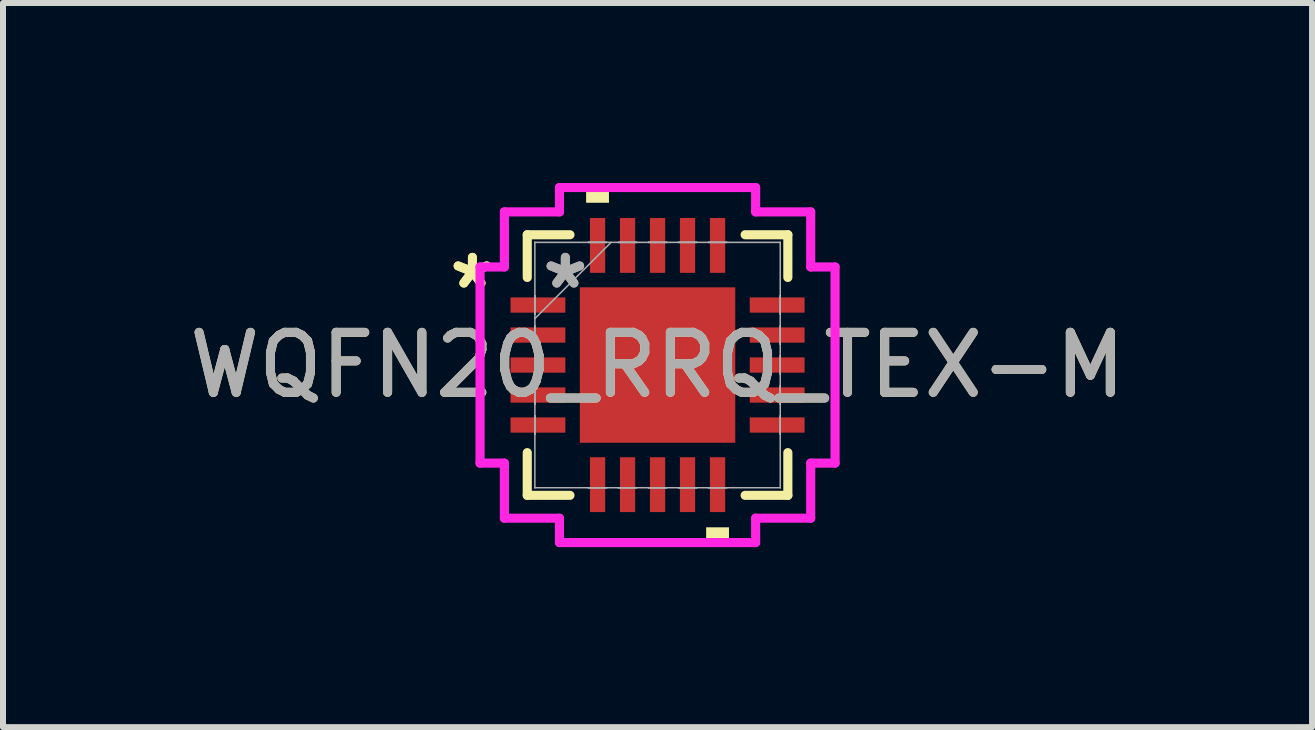
<source format=kicad_pcb>
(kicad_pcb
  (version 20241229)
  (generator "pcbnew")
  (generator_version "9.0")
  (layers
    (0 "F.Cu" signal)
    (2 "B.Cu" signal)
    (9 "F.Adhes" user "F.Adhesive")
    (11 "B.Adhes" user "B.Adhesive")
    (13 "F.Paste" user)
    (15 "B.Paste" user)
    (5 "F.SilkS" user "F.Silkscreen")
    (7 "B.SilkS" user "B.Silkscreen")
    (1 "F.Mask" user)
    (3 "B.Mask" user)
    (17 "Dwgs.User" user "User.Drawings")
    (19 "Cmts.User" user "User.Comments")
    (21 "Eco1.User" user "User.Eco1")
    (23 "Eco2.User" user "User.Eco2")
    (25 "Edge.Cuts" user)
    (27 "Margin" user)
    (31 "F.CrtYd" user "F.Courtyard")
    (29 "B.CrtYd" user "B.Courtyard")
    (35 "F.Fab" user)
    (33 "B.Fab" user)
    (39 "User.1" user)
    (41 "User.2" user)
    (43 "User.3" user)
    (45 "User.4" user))
  (footprint "WQFN20_RRQ_TEX-M"
    (layer "F.Cu")
    (at 7.911 3.035)
    (property "Reference" "WQFN20_RRQ_TEX-M" (at 0 0 0) (unlocked yes) (layer "F.SilkS") (effects (font (size 1 1) (thickness 0.15))))
    (attr smd)
    (fp_line (start -2.172 -2.172) (end -2.172 -1.46) (stroke (width 0.152) (type solid)) (layer "F.SilkS"))
    (fp_line (start -2.172 1.46) (end -2.172 2.172) (stroke (width 0.152) (type solid)) (layer "F.SilkS"))
    (fp_line (start -2.172 2.172) (end -1.46 2.172) (stroke (width 0.152) (type solid)) (layer "F.SilkS"))
    (fp_line (start -1.46 -2.172) (end -2.172 -2.172) (stroke (width 0.152) (type solid)) (layer "F.SilkS"))
    (fp_line (start 1.46 2.172) (end 2.172 2.172) (stroke (width 0.152) (type solid)) (layer "F.SilkS"))
    (fp_line (start 2.172 -2.172) (end 1.46 -2.172) (stroke (width 0.152) (type solid)) (layer "F.SilkS"))
    (fp_line (start 2.172 -1.46) (end 2.172 -2.172) (stroke (width 0.152) (type solid)) (layer "F.SilkS"))
    (fp_line (start 2.172 2.172) (end 2.172 1.46) (stroke (width 0.152) (type solid)) (layer "F.SilkS"))
    (fp_poly (pts (xy -1.191 -2.705) (xy -1.191 -2.959) (xy -0.81 -2.959) (xy -0.81 -2.705)) (stroke (width 0) (type solid)) (fill yes) (layer "F.SilkS"))
    (fp_poly (pts (xy 0.81 2.705) (xy 0.81 2.959) (xy 1.191 2.959) (xy 1.191 2.705)) (stroke (width 0) (type solid)) (fill yes) (layer "F.SilkS"))
    (fp_poly (pts (xy -1.195 -1.195) (xy -1.195 -0.1) (xy -0.1 -0.1) (xy -0.1 -1.195)) (stroke (width 0) (type solid)) (fill yes) (layer "F.Paste"))
    (fp_poly (pts (xy -1.195 0.1) (xy -1.195 1.195) (xy -0.1 1.195) (xy -0.1 0.1)) (stroke (width 0) (type solid)) (fill yes) (layer "F.Paste"))
    (fp_poly (pts (xy 0.1 -1.195) (xy 0.1 -0.1) (xy 1.195 -0.1) (xy 1.195 -1.195)) (stroke (width 0) (type solid)) (fill yes) (layer "F.Paste"))
    (fp_poly (pts (xy 0.1 0.1) (xy 0.1 1.195) (xy 1.195 1.195) (xy 1.195 0.1)) (stroke (width 0) (type solid)) (fill yes) (layer "F.Paste"))
    (fp_line (start -2.959 -1.635) (end -2.553 -1.635) (stroke (width 0.152) (type solid)) (layer "F.CrtYd"))
    (fp_line (start -2.959 1.635) (end -2.959 -1.635) (stroke (width 0.152) (type solid)) (layer "F.CrtYd"))
    (fp_line (start -2.553 -2.553) (end -1.635 -2.553) (stroke (width 0.152) (type solid)) (layer "F.CrtYd"))
    (fp_line (start -2.553 -1.635) (end -2.553 -2.553) (stroke (width 0.152) (type solid)) (layer "F.CrtYd"))
    (fp_line (start -2.553 1.635) (end -2.959 1.635) (stroke (width 0.152) (type solid)) (layer "F.CrtYd"))
    (fp_line (start -2.553 2.553) (end -2.553 1.635) (stroke (width 0.152) (type solid)) (layer "F.CrtYd"))
    (fp_line (start -1.635 -2.959) (end 1.635 -2.959) (stroke (width 0.152) (type solid)) (layer "F.CrtYd"))
    (fp_line (start -1.635 -2.553) (end -1.635 -2.959) (stroke (width 0.152) (type solid)) (layer "F.CrtYd"))
    (fp_line (start -1.635 2.553) (end -2.553 2.553) (stroke (width 0.152) (type solid)) (layer "F.CrtYd"))
    (fp_line (start -1.635 2.959) (end -1.635 2.553) (stroke (width 0.152) (type solid)) (layer "F.CrtYd"))
    (fp_line (start 1.635 -2.959) (end 1.635 -2.553) (stroke (width 0.152) (type solid)) (layer "F.CrtYd"))
    (fp_line (start 1.635 -2.553) (end 2.553 -2.553) (stroke (width 0.152) (type solid)) (layer "F.CrtYd"))
    (fp_line (start 1.635 2.553) (end 1.635 2.959) (stroke (width 0.152) (type solid)) (layer "F.CrtYd"))
    (fp_line (start 1.635 2.959) (end -1.635 2.959) (stroke (width 0.152) (type solid)) (layer "F.CrtYd"))
    (fp_line (start 2.553 -2.553) (end 2.553 -1.635) (stroke (width 0.152) (type solid)) (layer "F.CrtYd"))
    (fp_line (start 2.553 -1.635) (end 2.959 -1.635) (stroke (width 0.152) (type solid)) (layer "F.CrtYd"))
    (fp_line (start 2.553 1.635) (end 2.553 2.553) (stroke (width 0.152) (type solid)) (layer "F.CrtYd"))
    (fp_line (start 2.553 2.553) (end 1.635 2.553) (stroke (width 0.152) (type solid)) (layer "F.CrtYd"))
    (fp_line (start 2.959 -1.635) (end 2.959 1.635) (stroke (width 0.152) (type solid)) (layer "F.CrtYd"))
    (fp_line (start 2.959 1.635) (end 2.553 1.635) (stroke (width 0.152) (type solid)) (layer "F.CrtYd"))
    (fp_line (start -2.045 -2.045) (end -2.045 -2.045) (stroke (width 0.025) (type solid)) (layer "F.Fab"))
    (fp_line (start -2.045 -2.045) (end -2.045 2.045) (stroke (width 0.025) (type solid)) (layer "F.Fab"))
    (fp_line (start -2.045 -1.153) (end -2.045 -1.153) (stroke (width 0.025) (type solid)) (layer "F.Fab"))
    (fp_line (start -2.045 -1.153) (end -2.045 -0.848) (stroke (width 0.025) (type solid)) (layer "F.Fab"))
    (fp_line (start -2.045 -0.848) (end -2.045 -1.153) (stroke (width 0.025) (type solid)) (layer "F.Fab"))
    (fp_line (start -2.045 -0.848) (end -2.045 -0.848) (stroke (width 0.025) (type solid)) (layer "F.Fab"))
    (fp_line (start -2.045 -0.775) (end -0.775 -2.045) (stroke (width 0.025) (type solid)) (layer "F.Fab"))
    (fp_line (start -2.045 -0.653) (end -2.045 -0.653) (stroke (width 0.025) (type solid)) (layer "F.Fab"))
    (fp_line (start -2.045 -0.653) (end -2.045 -0.348) (stroke (width 0.025) (type solid)) (layer "F.Fab"))
    (fp_line (start -2.045 -0.348) (end -2.045 -0.653) (stroke (width 0.025) (type solid)) (layer "F.Fab"))
    (fp_line (start -2.045 -0.348) (end -2.045 -0.348) (stroke (width 0.025) (type solid)) (layer "F.Fab"))
    (fp_line (start -2.045 -0.152) (end -2.045 -0.152) (stroke (width 0.025) (type solid)) (layer "F.Fab"))
    (fp_line (start -2.045 -0.152) (end -2.045 0.152) (stroke (width 0.025) (type solid)) (layer "F.Fab"))
    (fp_line (start -2.045 0.152) (end -2.045 -0.152) (stroke (width 0.025) (type solid)) (layer "F.Fab"))
    (fp_line (start -2.045 0.152) (end -2.045 0.152) (stroke (width 0.025) (type solid)) (layer "F.Fab"))
    (fp_line (start -2.045 0.348) (end -2.045 0.348) (stroke (width 0.025) (type solid)) (layer "F.Fab"))
    (fp_line (start -2.045 0.348) (end -2.045 0.653) (stroke (width 0.025) (type solid)) (layer "F.Fab"))
    (fp_line (start -2.045 0.653) (end -2.045 0.348) (stroke (width 0.025) (type solid)) (layer "F.Fab"))
    (fp_line (start -2.045 0.653) (end -2.045 0.653) (stroke (width 0.025) (type solid)) (layer "F.Fab"))
    (fp_line (start -2.045 0.848) (end -2.045 0.848) (stroke (width 0.025) (type solid)) (layer "F.Fab"))
    (fp_line (start -2.045 0.848) (end -2.045 1.153) (stroke (width 0.025) (type solid)) (layer "F.Fab"))
    (fp_line (start -2.045 1.153) (end -2.045 0.848) (stroke (width 0.025) (type solid)) (layer "F.Fab"))
    (fp_line (start -2.045 1.153) (end -2.045 1.153) (stroke (width 0.025) (type solid)) (layer "F.Fab"))
    (fp_line (start -2.045 2.045) (end -2.045 2.045) (stroke (width 0.025) (type solid)) (layer "F.Fab"))
    (fp_line (start -2.045 2.045) (end 2.045 2.045) (stroke (width 0.025) (type solid)) (layer "F.Fab"))
    (fp_line (start -1.153 -2.045) (end -1.153 -2.045) (stroke (width 0.025) (type solid)) (layer "F.Fab"))
    (fp_line (start -1.153 -2.045) (end -0.848 -2.045) (stroke (width 0.025) (type solid)) (layer "F.Fab"))
    (fp_line (start -1.153 2.045) (end -1.153 2.045) (stroke (width 0.025) (type solid)) (layer "F.Fab"))
    (fp_line (start -1.153 2.045) (end -0.848 2.045) (stroke (width 0.025) (type solid)) (layer "F.Fab"))
    (fp_line (start -0.848 -2.045) (end -1.153 -2.045) (stroke (width 0.025) (type solid)) (layer "F.Fab"))
    (fp_line (start -0.848 -2.045) (end -0.848 -2.045) (stroke (width 0.025) (type solid)) (layer "F.Fab"))
    (fp_line (start -0.848 2.045) (end -1.153 2.045) (stroke (width 0.025) (type solid)) (layer "F.Fab"))
    (fp_line (start -0.848 2.045) (end -0.848 2.045) (stroke (width 0.025) (type solid)) (layer "F.Fab"))
    (fp_line (start -0.653 -2.045) (end -0.653 -2.045) (stroke (width 0.025) (type solid)) (layer "F.Fab"))
    (fp_line (start -0.653 -2.045) (end -0.348 -2.045) (stroke (width 0.025) (type solid)) (layer "F.Fab"))
    (fp_line (start -0.653 2.045) (end -0.653 2.045) (stroke (width 0.025) (type solid)) (layer "F.Fab"))
    (fp_line (start -0.653 2.045) (end -0.348 2.045) (stroke (width 0.025) (type solid)) (layer "F.Fab"))
    (fp_line (start -0.348 -2.045) (end -0.653 -2.045) (stroke (width 0.025) (type solid)) (layer "F.Fab"))
    (fp_line (start -0.348 -2.045) (end -0.348 -2.045) (stroke (width 0.025) (type solid)) (layer "F.Fab"))
    (fp_line (start -0.348 2.045) (end -0.653 2.045) (stroke (width 0.025) (type solid)) (layer "F.Fab"))
    (fp_line (start -0.348 2.045) (end -0.348 2.045) (stroke (width 0.025) (type solid)) (layer "F.Fab"))
    (fp_line (start -0.152 -2.045) (end -0.152 -2.045) (stroke (width 0.025) (type solid)) (layer "F.Fab"))
    (fp_line (start -0.152 -2.045) (end 0.152 -2.045) (stroke (width 0.025) (type solid)) (layer "F.Fab"))
    (fp_line (start -0.152 2.045) (end -0.152 2.045) (stroke (width 0.025) (type solid)) (layer "F.Fab"))
    (fp_line (start -0.152 2.045) (end 0.152 2.045) (stroke (width 0.025) (type solid)) (layer "F.Fab"))
    (fp_line (start 0.152 -2.045) (end -0.152 -2.045) (stroke (width 0.025) (type solid)) (layer "F.Fab"))
    (fp_line (start 0.152 -2.045) (end 0.152 -2.045) (stroke (width 0.025) (type solid)) (layer "F.Fab"))
    (fp_line (start 0.152 2.045) (end -0.152 2.045) (stroke (width 0.025) (type solid)) (layer "F.Fab"))
    (fp_line (start 0.152 2.045) (end 0.152 2.045) (stroke (width 0.025) (type solid)) (layer "F.Fab"))
    (fp_line (start 0.348 -2.045) (end 0.348 -2.045) (stroke (width 0.025) (type solid)) (layer "F.Fab"))
    (fp_line (start 0.348 -2.045) (end 0.653 -2.045) (stroke (width 0.025) (type solid)) (layer "F.Fab"))
    (fp_line (start 0.348 2.045) (end 0.348 2.045) (stroke (width 0.025) (type solid)) (layer "F.Fab"))
    (fp_line (start 0.348 2.045) (end 0.653 2.045) (stroke (width 0.025) (type solid)) (layer "F.Fab"))
    (fp_line (start 0.653 -2.045) (end 0.348 -2.045) (stroke (width 0.025) (type solid)) (layer "F.Fab"))
    (fp_line (start 0.653 -2.045) (end 0.653 -2.045) (stroke (width 0.025) (type solid)) (layer "F.Fab"))
    (fp_line (start 0.653 2.045) (end 0.348 2.045) (stroke (width 0.025) (type solid)) (layer "F.Fab"))
    (fp_line (start 0.653 2.045) (end 0.653 2.045) (stroke (width 0.025) (type solid)) (layer "F.Fab"))
    (fp_line (start 0.848 -2.045) (end 0.848 -2.045) (stroke (width 0.025) (type solid)) (layer "F.Fab"))
    (fp_line (start 0.848 -2.045) (end 1.153 -2.045) (stroke (width 0.025) (type solid)) (layer "F.Fab"))
    (fp_line (start 0.848 2.045) (end 0.848 2.045) (stroke (width 0.025) (type solid)) (layer "F.Fab"))
    (fp_line (start 0.848 2.045) (end 1.153 2.045) (stroke (width 0.025) (type solid)) (layer "F.Fab"))
    (fp_line (start 1.153 -2.045) (end 0.848 -2.045) (stroke (width 0.025) (type solid)) (layer "F.Fab"))
    (fp_line (start 1.153 -2.045) (end 1.153 -2.045) (stroke (width 0.025) (type solid)) (layer "F.Fab"))
    (fp_line (start 1.153 2.045) (end 0.848 2.045) (stroke (width 0.025) (type solid)) (layer "F.Fab"))
    (fp_line (start 1.153 2.045) (end 1.153 2.045) (stroke (width 0.025) (type solid)) (layer "F.Fab"))
    (fp_line (start 2.045 -2.045) (end -2.045 -2.045) (stroke (width 0.025) (type solid)) (layer "F.Fab"))
    (fp_line (start 2.045 -2.045) (end 2.045 -2.045) (stroke (width 0.025) (type solid)) (layer "F.Fab"))
    (fp_line (start 2.045 -1.153) (end 2.045 -1.153) (stroke (width 0.025) (type solid)) (layer "F.Fab"))
    (fp_line (start 2.045 -1.153) (end 2.045 -0.848) (stroke (width 0.025) (type solid)) (layer "F.Fab"))
    (fp_line (start 2.045 -0.848) (end 2.045 -1.153) (stroke (width 0.025) (type solid)) (layer "F.Fab"))
    (fp_line (start 2.045 -0.848) (end 2.045 -0.848) (stroke (width 0.025) (type solid)) (layer "F.Fab"))
    (fp_line (start 2.045 -0.653) (end 2.045 -0.653) (stroke (width 0.025) (type solid)) (layer "F.Fab"))
    (fp_line (start 2.045 -0.653) (end 2.045 -0.348) (stroke (width 0.025) (type solid)) (layer "F.Fab"))
    (fp_line (start 2.045 -0.348) (end 2.045 -0.653) (stroke (width 0.025) (type solid)) (layer "F.Fab"))
    (fp_line (start 2.045 -0.348) (end 2.045 -0.348) (stroke (width 0.025) (type solid)) (layer "F.Fab"))
    (fp_line (start 2.045 -0.152) (end 2.045 -0.152) (stroke (width 0.025) (type solid)) (layer "F.Fab"))
    (fp_line (start 2.045 -0.152) (end 2.045 0.152) (stroke (width 0.025) (type solid)) (layer "F.Fab"))
    (fp_line (start 2.045 0.152) (end 2.045 -0.152) (stroke (width 0.025) (type solid)) (layer "F.Fab"))
    (fp_line (start 2.045 0.152) (end 2.045 0.152) (stroke (width 0.025) (type solid)) (layer "F.Fab"))
    (fp_line (start 2.045 0.348) (end 2.045 0.348) (stroke (width 0.025) (type solid)) (layer "F.Fab"))
    (fp_line (start 2.045 0.348) (end 2.045 0.653) (stroke (width 0.025) (type solid)) (layer "F.Fab"))
    (fp_line (start 2.045 0.653) (end 2.045 0.348) (stroke (width 0.025) (type solid)) (layer "F.Fab"))
    (fp_line (start 2.045 0.653) (end 2.045 0.653) (stroke (width 0.025) (type solid)) (layer "F.Fab"))
    (fp_line (start 2.045 0.848) (end 2.045 0.848) (stroke (width 0.025) (type solid)) (layer "F.Fab"))
    (fp_line (start 2.045 0.848) (end 2.045 1.153) (stroke (width 0.025) (type solid)) (layer "F.Fab"))
    (fp_line (start 2.045 1.153) (end 2.045 0.848) (stroke (width 0.025) (type solid)) (layer "F.Fab"))
    (fp_line (start 2.045 1.153) (end 2.045 1.153) (stroke (width 0.025) (type solid)) (layer "F.Fab"))
    (fp_line (start 2.045 2.045) (end 2.045 -2.045) (stroke (width 0.025) (type solid)) (layer "F.Fab"))
    (fp_line (start 2.045 2.045) (end 2.045 2.045) (stroke (width 0.025) (type solid)) (layer "F.Fab"))
    (fp_text user "*" (at -3.086 -1.25 0) (layer "F.SilkS") (effects (font (size 1 1) (thickness 0.15))))
    (fp_text user "*" (at -3.086 -1.25 0) (unlocked yes) (layer "F.SilkS") (effects (font (size 1 1) (thickness 0.15))))
    (fp_text user "*" (at -1.537 -1.25 0) (layer "F.Fab") (effects (font (size 1 1) (thickness 0.15))))
    (fp_text user "*" (at -1.537 -1.25 0) (unlocked yes) (layer "F.Fab") (effects (font (size 1 1) (thickness 0.15))))
    (fp_text user "${REFERENCE}" (at 0 0 0) (unlocked yes) (layer "F.Fab") (effects (font (size 1 1) (thickness 0.15))))
    (pad "1" smd rect (at -1.994 -1 90) (size 0.254 0.914) (layers "F.Cu" "F.Mask" "F.Paste"))
    (pad "2" smd rect (at -1.994 -0.5 90) (size 0.254 0.914) (layers "F.Cu" "F.Mask" "F.Paste"))
    (pad "3" smd rect (at -1.994 0 90) (size 0.254 0.914) (layers "F.Cu" "F.Mask" "F.Paste"))
    (pad "4" smd rect (at -1.994 0.5 90) (size 0.254 0.914) (layers "F.Cu" "F.Mask" "F.Paste"))
    (pad "5" smd rect (at -1.994 1 90) (size 0.254 0.914) (layers "F.Cu" "F.Mask" "F.Paste"))
    (pad "6" smd rect (at -1 1.994) (size 0.254 0.914) (layers "F.Cu" "F.Mask" "F.Paste"))
    (pad "7" smd rect (at -0.5 1.994) (size 0.254 0.914) (layers "F.Cu" "F.Mask" "F.Paste"))
    (pad "8" smd rect (at 0 1.994) (size 0.254 0.914) (layers "F.Cu" "F.Mask" "F.Paste"))
    (pad "9" smd rect (at 0.5 1.994) (size 0.254 0.914) (layers "F.Cu" "F.Mask" "F.Paste"))
    (pad "10" smd rect (at 1 1.994) (size 0.254 0.914) (layers "F.Cu" "F.Mask" "F.Paste"))
    (pad "11" smd rect (at 1.994 1 90) (size 0.254 0.914) (layers "F.Cu" "F.Mask" "F.Paste"))
    (pad "12" smd rect (at 1.994 0.5 90) (size 0.254 0.914) (layers "F.Cu" "F.Mask" "F.Paste"))
    (pad "13" smd rect (at 1.994 0 90) (size 0.254 0.914) (layers "F.Cu" "F.Mask" "F.Paste"))
    (pad "14" smd rect (at 1.994 -0.5 90) (size 0.254 0.914) (layers "F.Cu" "F.Mask" "F.Paste"))
    (pad "15" smd rect (at 1.994 -1 90) (size 0.254 0.914) (layers "F.Cu" "F.Mask" "F.Paste"))
    (pad "16" smd rect (at 1 -1.994) (size 0.254 0.914) (layers "F.Cu" "F.Mask" "F.Paste"))
    (pad "17" smd rect (at 0.5 -1.994) (size 0.254 0.914) (layers "F.Cu" "F.Mask" "F.Paste"))
    (pad "18" smd rect (at 0 -1.994) (size 0.254 0.914) (layers "F.Cu" "F.Mask" "F.Paste"))
    (pad "19" smd rect (at -0.5 -1.994) (size 0.254 0.914) (layers "F.Cu" "F.Mask" "F.Paste"))
    (pad "20" smd rect (at -1 -1.994) (size 0.254 0.914) (layers "F.Cu" "F.Mask" "F.Paste"))
    (pad "21" smd rect (at 0 0) (size 2.591 2.591) (layers "F.Cu" "F.Mask")))
  (gr_rect
    (start -3 -3)
    (end 18.821 9.071)
    (stroke (width 0.1) (type default))
    (fill no)
    (layer "Edge.Cuts")))
</source>
